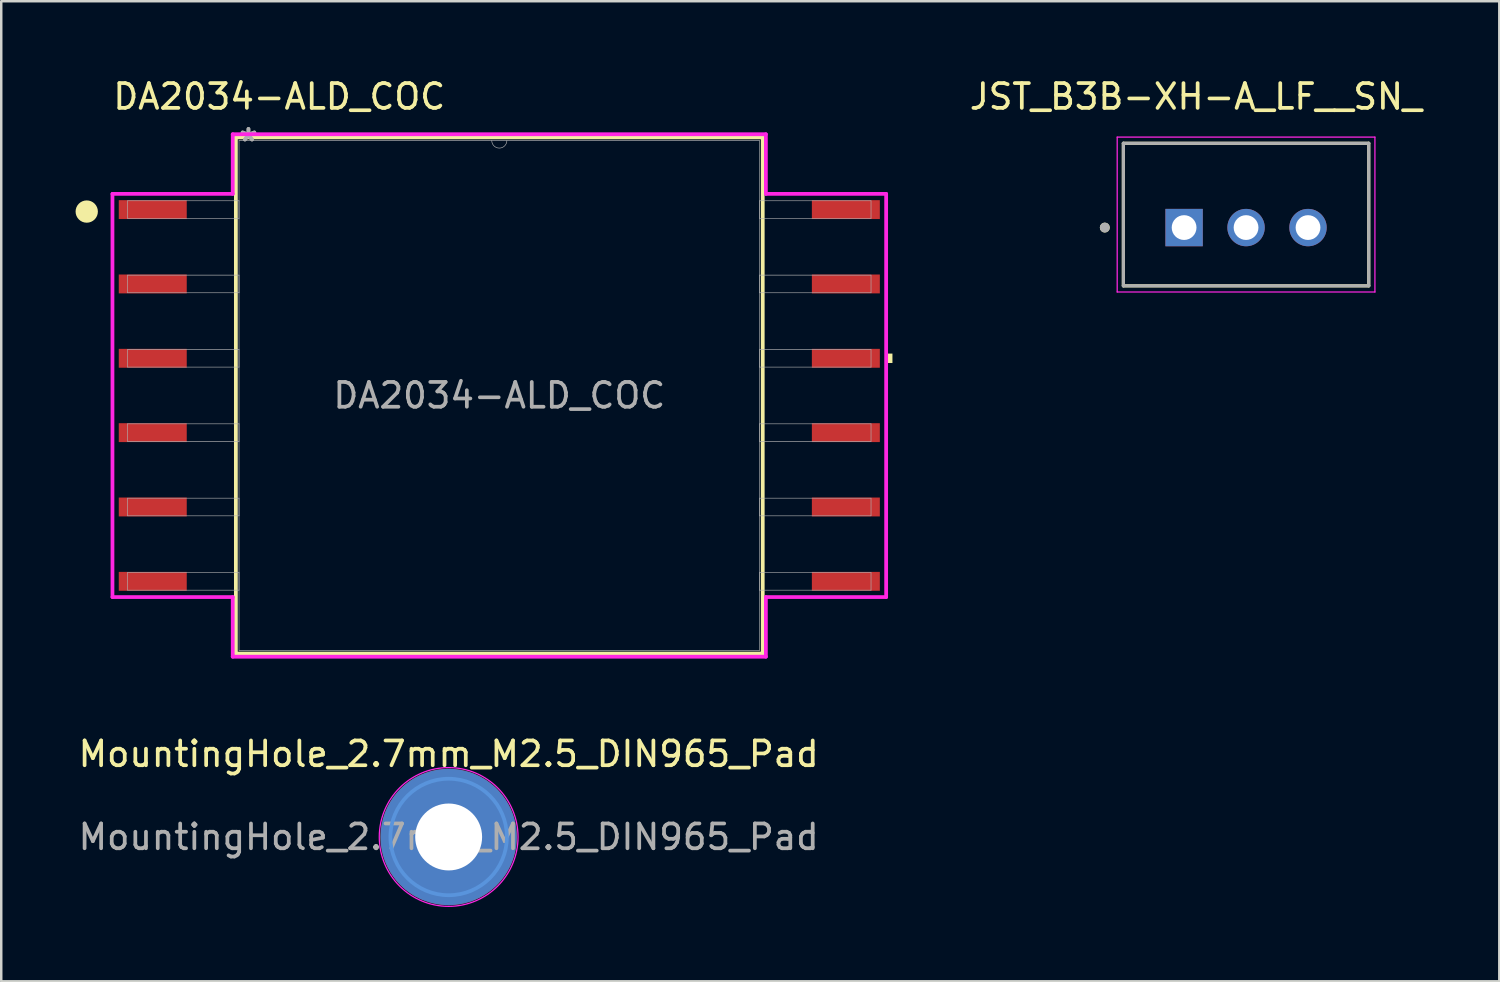
<source format=kicad_pcb>
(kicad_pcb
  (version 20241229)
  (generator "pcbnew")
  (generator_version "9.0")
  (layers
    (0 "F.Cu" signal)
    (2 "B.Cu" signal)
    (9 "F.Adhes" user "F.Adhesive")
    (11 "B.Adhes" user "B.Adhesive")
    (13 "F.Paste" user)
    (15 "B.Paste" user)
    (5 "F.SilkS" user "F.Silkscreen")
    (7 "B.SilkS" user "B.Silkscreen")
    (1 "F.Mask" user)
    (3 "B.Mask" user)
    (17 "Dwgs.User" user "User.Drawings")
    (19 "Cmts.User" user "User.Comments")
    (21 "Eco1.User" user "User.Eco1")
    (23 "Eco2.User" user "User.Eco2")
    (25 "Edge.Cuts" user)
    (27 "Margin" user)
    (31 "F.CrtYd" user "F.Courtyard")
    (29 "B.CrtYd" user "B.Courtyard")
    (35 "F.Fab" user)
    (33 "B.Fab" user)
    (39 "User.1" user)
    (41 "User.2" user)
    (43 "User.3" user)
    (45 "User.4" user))
  (footprint "DA2034-ALD_COC"
    (layer "F.Cu")
    (at 17.098 12.908)
    (property "Reference" "DA2034-ALD_COC" (at -8.879 -12.06 0) (unlocked yes) (layer "F.SilkS") (effects (font (size 1 1) (thickness 0.15))))
    (attr smd)
    (fp_line (start -10.63 -10.414) (end -10.63 10.414) (stroke (width 0.152) (type solid)) (layer "F.SilkS"))
    (fp_line (start -10.63 10.414) (end 10.63 10.414) (stroke (width 0.152) (type solid)) (layer "F.SilkS"))
    (fp_line (start 10.63 -10.414) (end -10.63 -10.414) (stroke (width 0.152) (type solid)) (layer "F.SilkS"))
    (fp_line (start 10.63 10.414) (end 10.63 -10.414) (stroke (width 0.152) (type solid)) (layer "F.SilkS"))
    (fp_circle (center -16.648 -7.421) (end -16.248 -7.421) (stroke (width 0.1) (type solid)) (fill yes) (layer "F.SilkS"))
    (fp_poly (pts (xy 15.864 -1.69) (xy 15.864 -1.31) (xy 15.61 -1.31) (xy 15.61 -1.69)) (stroke (width 0) (type solid)) (fill yes) (layer "F.SilkS"))
    (fp_line (start -15.61 -8.135) (end -10.757 -8.135) (stroke (width 0.152) (type solid)) (layer "F.CrtYd"))
    (fp_line (start -15.61 8.135) (end -15.61 -8.135) (stroke (width 0.152) (type solid)) (layer "F.CrtYd"))
    (fp_line (start -15.61 8.135) (end -10.757 8.135) (stroke (width 0.152) (type solid)) (layer "F.CrtYd"))
    (fp_line (start -10.757 -10.541) (end 10.757 -10.541) (stroke (width 0.152) (type solid)) (layer "F.CrtYd"))
    (fp_line (start -10.757 -8.135) (end -10.757 -10.541) (stroke (width 0.152) (type solid)) (layer "F.CrtYd"))
    (fp_line (start -10.757 10.541) (end -10.757 8.135) (stroke (width 0.152) (type solid)) (layer "F.CrtYd"))
    (fp_line (start 10.757 -10.541) (end 10.757 -8.135) (stroke (width 0.152) (type solid)) (layer "F.CrtYd"))
    (fp_line (start 10.757 8.135) (end 10.757 10.541) (stroke (width 0.152) (type solid)) (layer "F.CrtYd"))
    (fp_line (start 10.757 10.541) (end -10.757 10.541) (stroke (width 0.152) (type solid)) (layer "F.CrtYd"))
    (fp_line (start 15.61 -8.135) (end 10.757 -8.135) (stroke (width 0.152) (type solid)) (layer "F.CrtYd"))
    (fp_line (start 15.61 -8.135) (end 15.61 8.135) (stroke (width 0.152) (type solid)) (layer "F.CrtYd"))
    (fp_line (start 15.61 8.135) (end 10.757 8.135) (stroke (width 0.152) (type solid)) (layer "F.CrtYd"))
    (fp_line (start -15 -7.856) (end -15 -7.144) (stroke (width 0.025) (type solid)) (layer "F.Fab"))
    (fp_line (start -15 -7.144) (end -10.503 -7.144) (stroke (width 0.025) (type solid)) (layer "F.Fab"))
    (fp_line (start -15 -4.856) (end -15 -4.144) (stroke (width 0.025) (type solid)) (layer "F.Fab"))
    (fp_line (start -15 -4.144) (end -10.503 -4.144) (stroke (width 0.025) (type solid)) (layer "F.Fab"))
    (fp_line (start -15 -1.856) (end -15 -1.144) (stroke (width 0.025) (type solid)) (layer "F.Fab"))
    (fp_line (start -15 -1.144) (end -10.503 -1.144) (stroke (width 0.025) (type solid)) (layer "F.Fab"))
    (fp_line (start -15 1.144) (end -15 1.856) (stroke (width 0.025) (type solid)) (layer "F.Fab"))
    (fp_line (start -15 1.856) (end -10.503 1.856) (stroke (width 0.025) (type solid)) (layer "F.Fab"))
    (fp_line (start -15 4.144) (end -15 4.856) (stroke (width 0.025) (type solid)) (layer "F.Fab"))
    (fp_line (start -15 4.856) (end -10.503 4.856) (stroke (width 0.025) (type solid)) (layer "F.Fab"))
    (fp_line (start -15 7.144) (end -15 7.856) (stroke (width 0.025) (type solid)) (layer "F.Fab"))
    (fp_line (start -15 7.856) (end -10.503 7.856) (stroke (width 0.025) (type solid)) (layer "F.Fab"))
    (fp_line (start -10.503 -10.287) (end -10.503 10.287) (stroke (width 0.025) (type solid)) (layer "F.Fab"))
    (fp_line (start -10.503 -7.856) (end -15 -7.856) (stroke (width 0.025) (type solid)) (layer "F.Fab"))
    (fp_line (start -10.503 -7.144) (end -10.503 -7.856) (stroke (width 0.025) (type solid)) (layer "F.Fab"))
    (fp_line (start -10.503 -4.856) (end -15 -4.856) (stroke (width 0.025) (type solid)) (layer "F.Fab"))
    (fp_line (start -10.503 -4.144) (end -10.503 -4.856) (stroke (width 0.025) (type solid)) (layer "F.Fab"))
    (fp_line (start -10.503 -1.856) (end -15 -1.856) (stroke (width 0.025) (type solid)) (layer "F.Fab"))
    (fp_line (start -10.503 -1.144) (end -10.503 -1.856) (stroke (width 0.025) (type solid)) (layer "F.Fab"))
    (fp_line (start -10.503 1.144) (end -15 1.144) (stroke (width 0.025) (type solid)) (layer "F.Fab"))
    (fp_line (start -10.503 1.856) (end -10.503 1.144) (stroke (width 0.025) (type solid)) (layer "F.Fab"))
    (fp_line (start -10.503 4.144) (end -15 4.144) (stroke (width 0.025) (type solid)) (layer "F.Fab"))
    (fp_line (start -10.503 4.856) (end -10.503 4.144) (stroke (width 0.025) (type solid)) (layer "F.Fab"))
    (fp_line (start -10.503 7.144) (end -15 7.144) (stroke (width 0.025) (type solid)) (layer "F.Fab"))
    (fp_line (start -10.503 7.856) (end -10.503 7.144) (stroke (width 0.025) (type solid)) (layer "F.Fab"))
    (fp_line (start -10.503 10.287) (end 10.503 10.287) (stroke (width 0.025) (type solid)) (layer "F.Fab"))
    (fp_line (start 10.503 -10.287) (end -10.503 -10.287) (stroke (width 0.025) (type solid)) (layer "F.Fab"))
    (fp_line (start 10.503 -7.856) (end 10.503 -7.144) (stroke (width 0.025) (type solid)) (layer "F.Fab"))
    (fp_line (start 10.503 -7.144) (end 15 -7.144) (stroke (width 0.025) (type solid)) (layer "F.Fab"))
    (fp_line (start 10.503 -4.856) (end 10.503 -4.144) (stroke (width 0.025) (type solid)) (layer "F.Fab"))
    (fp_line (start 10.503 -4.144) (end 15 -4.144) (stroke (width 0.025) (type solid)) (layer "F.Fab"))
    (fp_line (start 10.503 -1.856) (end 10.503 -1.144) (stroke (width 0.025) (type solid)) (layer "F.Fab"))
    (fp_line (start 10.503 -1.144) (end 15 -1.144) (stroke (width 0.025) (type solid)) (layer "F.Fab"))
    (fp_line (start 10.503 1.144) (end 10.503 1.856) (stroke (width 0.025) (type solid)) (layer "F.Fab"))
    (fp_line (start 10.503 1.856) (end 15 1.856) (stroke (width 0.025) (type solid)) (layer "F.Fab"))
    (fp_line (start 10.503 4.144) (end 10.503 4.856) (stroke (width 0.025) (type solid)) (layer "F.Fab"))
    (fp_line (start 10.503 4.856) (end 15 4.856) (stroke (width 0.025) (type solid)) (layer "F.Fab"))
    (fp_line (start 10.503 7.144) (end 10.503 7.856) (stroke (width 0.025) (type solid)) (layer "F.Fab"))
    (fp_line (start 10.503 7.856) (end 15 7.856) (stroke (width 0.025) (type solid)) (layer "F.Fab"))
    (fp_line (start 10.503 10.287) (end 10.503 -10.287) (stroke (width 0.025) (type solid)) (layer "F.Fab"))
    (fp_line (start 15 -7.856) (end 10.503 -7.856) (stroke (width 0.025) (type solid)) (layer "F.Fab"))
    (fp_line (start 15 -7.144) (end 15 -7.856) (stroke (width 0.025) (type solid)) (layer "F.Fab"))
    (fp_line (start 15 -4.856) (end 10.503 -4.856) (stroke (width 0.025) (type solid)) (layer "F.Fab"))
    (fp_line (start 15 -4.144) (end 15 -4.856) (stroke (width 0.025) (type solid)) (layer "F.Fab"))
    (fp_line (start 15 -1.856) (end 10.503 -1.856) (stroke (width 0.025) (type solid)) (layer "F.Fab"))
    (fp_line (start 15 -1.144) (end 15 -1.856) (stroke (width 0.025) (type solid)) (layer "F.Fab"))
    (fp_line (start 15 1.144) (end 10.503 1.144) (stroke (width 0.025) (type solid)) (layer "F.Fab"))
    (fp_line (start 15 1.856) (end 15 1.144) (stroke (width 0.025) (type solid)) (layer "F.Fab"))
    (fp_line (start 15 4.144) (end 10.503 4.144) (stroke (width 0.025) (type solid)) (layer "F.Fab"))
    (fp_line (start 15 4.856) (end 15 4.144) (stroke (width 0.025) (type solid)) (layer "F.Fab"))
    (fp_line (start 15 7.144) (end 10.503 7.144) (stroke (width 0.025) (type solid)) (layer "F.Fab"))
    (fp_line (start 15 7.856) (end 15 7.144) (stroke (width 0.025) (type solid)) (layer "F.Fab"))
    (fp_arc (start 0.3048 -10.287) (mid 0 -9.9822) (end -0.3048 -10.287) (stroke (width 0.0254) (type solid)) (layer "F.Fab"))
    (fp_text user "${REFERENCE}" (at 0 0 0) (unlocked yes) (layer "F.Fab") (effects (font (size 1 1) (thickness 0.15))))
    (fp_text user "*" (at -10.122 -10.211 0) (layer "F.Fab") (effects (font (size 1 1) (thickness 0.15))))
    (fp_text user "*" (at -10.122 -10.211 0) (unlocked yes) (layer "F.Fab") (effects (font (size 1 1) (thickness 0.15))))
    (pad "1" smd rect (at -13.984 -7.5) (size 2.743 0.762) (layers "F.Cu" "F.Mask" "F.Paste"))
    (pad "2" smd rect (at -13.984 -4.5) (size 2.743 0.762) (layers "F.Cu" "F.Mask" "F.Paste"))
    (pad "3" smd rect (at -13.984 -1.5) (size 2.743 0.762) (layers "F.Cu" "F.Mask" "F.Paste"))
    (pad "4" smd rect (at -13.984 1.5) (size 2.743 0.762) (layers "F.Cu" "F.Mask" "F.Paste"))
    (pad "5" smd rect (at -13.984 4.5) (size 2.743 0.762) (layers "F.Cu" "F.Mask" "F.Paste"))
    (pad "6" smd rect (at -13.984 7.5) (size 2.743 0.762) (layers "F.Cu" "F.Mask" "F.Paste"))
    (pad "7" smd rect (at 13.984 7.5) (size 2.743 0.762) (layers "F.Cu" "F.Mask" "F.Paste"))
    (pad "8" smd rect (at 13.984 4.5) (size 2.743 0.762) (layers "F.Cu" "F.Mask" "F.Paste"))
    (pad "9" smd rect (at 13.984 1.5) (size 2.743 0.762) (layers "F.Cu" "F.Mask" "F.Paste"))
    (pad "10" smd rect (at 13.984 -1.5) (size 2.743 0.762) (layers "F.Cu" "F.Mask" "F.Paste"))
    (pad "11" smd rect (at 13.984 -4.5) (size 2.743 0.762) (layers "F.Cu" "F.Mask" "F.Paste"))
    (pad "12" smd rect (at 13.984 -7.5) (size 2.743 0.762) (layers "F.Cu" "F.Mask" "F.Paste")))
  (footprint "JST_B3B-XH-A_LF__SN_"
    (layer "F.Cu")
    (at 47.231 5.608)
    (property "Reference" "JST_B3B-XH-A_LF__SN_" (at -2.025 -4.76 0) (layer "F.SilkS") (effects (font (size 1 1) (thickness 0.15))))
    (attr through_hole)
    (fp_line (start -4.95 -2.875) (end 4.95 -2.875) (stroke (width 0.127) (type solid)) (layer "F.SilkS"))
    (fp_line (start -4.95 2.875) (end -4.95 -2.875) (stroke (width 0.127) (type solid)) (layer "F.SilkS"))
    (fp_line (start 4.95 -2.875) (end 4.95 2.875) (stroke (width 0.127) (type solid)) (layer "F.SilkS"))
    (fp_line (start 4.95 2.875) (end -4.95 2.875) (stroke (width 0.127) (type solid)) (layer "F.SilkS"))
    (fp_circle (center -5.7 0.525) (end -5.6 0.525) (stroke (width 0.2) (type solid)) (fill no) (layer "F.SilkS"))
    (fp_line (start -5.2 -3.125) (end -5.2 3.125) (stroke (width 0.05) (type solid)) (layer "F.CrtYd"))
    (fp_line (start -5.2 3.125) (end 5.2 3.125) (stroke (width 0.05) (type solid)) (layer "F.CrtYd"))
    (fp_line (start 5.2 -3.125) (end -5.2 -3.125) (stroke (width 0.05) (type solid)) (layer "F.CrtYd"))
    (fp_line (start 5.2 3.125) (end 5.2 -3.125) (stroke (width 0.05) (type solid)) (layer "F.CrtYd"))
    (fp_line (start -4.95 -2.875) (end 4.95 -2.875) (stroke (width 0.127) (type solid)) (layer "F.Fab"))
    (fp_line (start -4.95 2.875) (end -4.95 -2.875) (stroke (width 0.127) (type solid)) (layer "F.Fab"))
    (fp_line (start 4.95 -2.875) (end 4.95 2.875) (stroke (width 0.127) (type solid)) (layer "F.Fab"))
    (fp_line (start 4.95 2.875) (end -4.95 2.875) (stroke (width 0.127) (type solid)) (layer "F.Fab"))
    (fp_circle (center -5.7 0.525) (end -5.6 0.525) (stroke (width 0.2) (type solid)) (fill no) (layer "F.Fab"))
    (pad "1" thru_hole rect (at -2.5 0.525) (size 1.508 1.508) (drill 1) (layers "*.Cu" "*.Mask"))
    (pad "2" thru_hole circle (at 0 0.525) (size 1.508 1.508) (drill 1) (layers "*.Cu" "*.Mask"))
    (pad "3" thru_hole circle (at 2.5 0.525) (size 1.508 1.508) (drill 1) (layers "*.Cu" "*.Mask")))
  (footprint "MountingHole_2.7mm_M2.5_DIN965_Pad"
    (layer "F.Cu")
    (at 15.054 30.724)
    (property "Reference" "MountingHole_2.7mm_M2.5_DIN965_Pad" (at 0 -3.35 0) (layer "F.SilkS") (effects (font (size 1 1) (thickness 0.15))))
    (attr exclude_from_pos_files exclude_from_bom)
    (fp_circle (center 0 0) (end 2.35 0) (stroke (width 0.15) (type solid)) (fill no) (layer "Cmts.User"))
    (fp_circle (center 0 0) (end 2.8 0) (stroke (width 0.05) (type solid)) (fill no) (layer "F.CrtYd"))
    (fp_text user "${REFERENCE}" (at 0 0 0) (layer "F.Fab") (effects (font (size 1 1) (thickness 0.15))))
    (pad "1" thru_hole circle (at 0 0) (size 5.5 5.5) (drill 2.7) (layers "*.Cu" "*.Mask")))
  (gr_rect
    (start -3 -3)
    (end 57.45 36.549)
    (stroke (width 0.1) (type default))
    (fill no)
    (layer "Edge.Cuts")))
</source>
